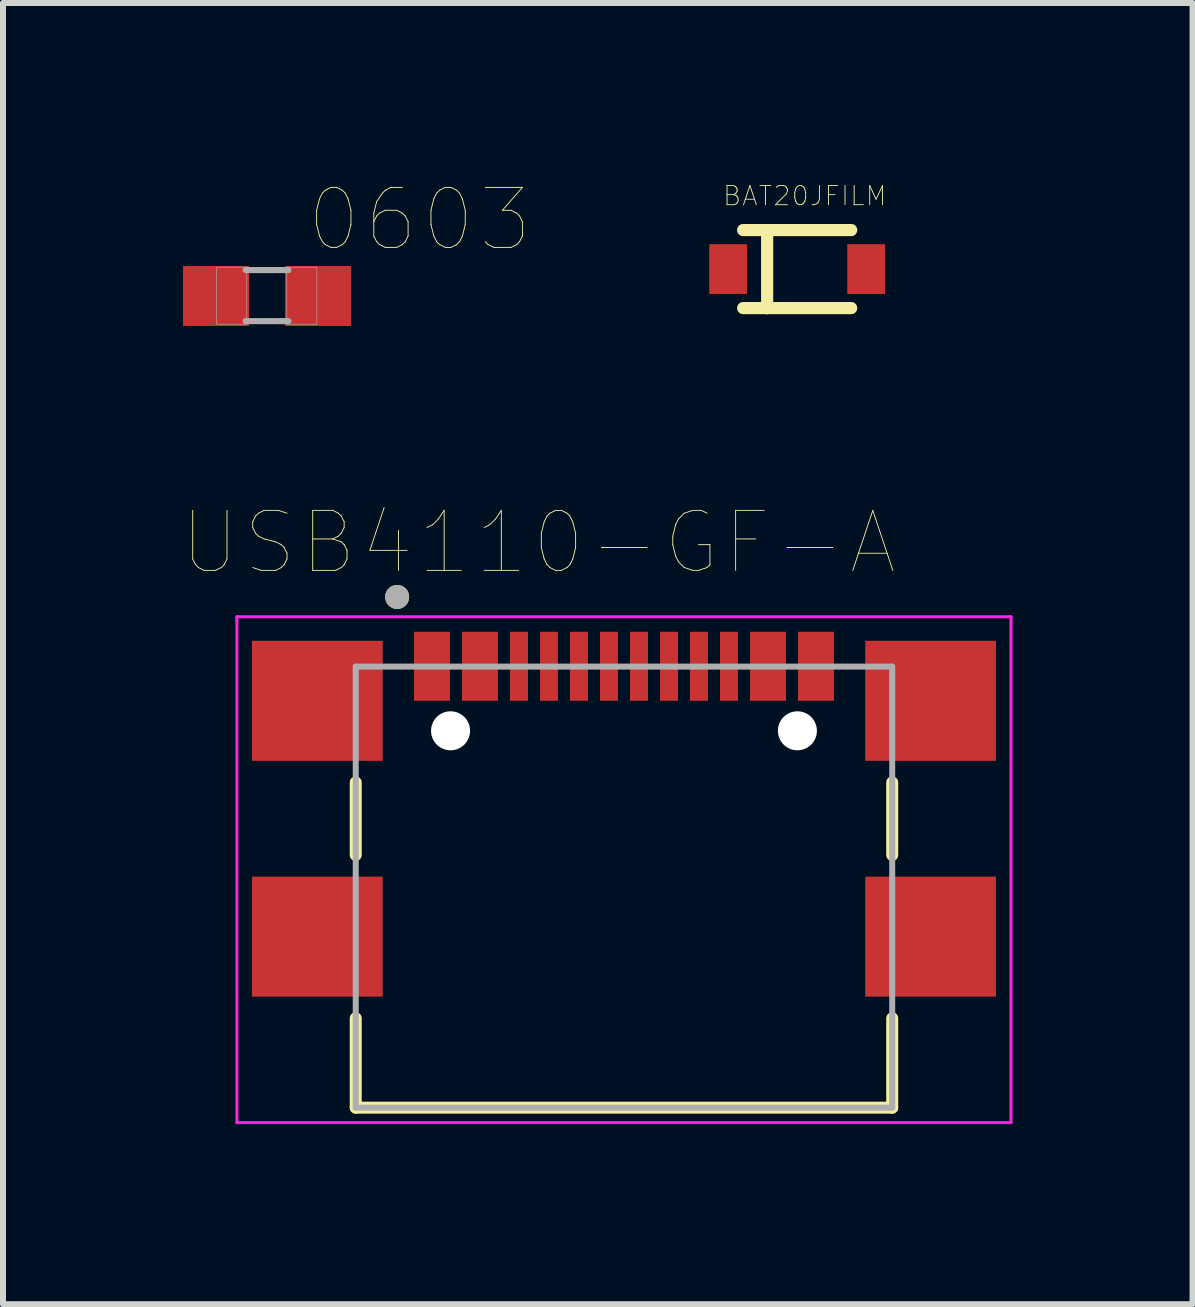
<source format=kicad_pcb>
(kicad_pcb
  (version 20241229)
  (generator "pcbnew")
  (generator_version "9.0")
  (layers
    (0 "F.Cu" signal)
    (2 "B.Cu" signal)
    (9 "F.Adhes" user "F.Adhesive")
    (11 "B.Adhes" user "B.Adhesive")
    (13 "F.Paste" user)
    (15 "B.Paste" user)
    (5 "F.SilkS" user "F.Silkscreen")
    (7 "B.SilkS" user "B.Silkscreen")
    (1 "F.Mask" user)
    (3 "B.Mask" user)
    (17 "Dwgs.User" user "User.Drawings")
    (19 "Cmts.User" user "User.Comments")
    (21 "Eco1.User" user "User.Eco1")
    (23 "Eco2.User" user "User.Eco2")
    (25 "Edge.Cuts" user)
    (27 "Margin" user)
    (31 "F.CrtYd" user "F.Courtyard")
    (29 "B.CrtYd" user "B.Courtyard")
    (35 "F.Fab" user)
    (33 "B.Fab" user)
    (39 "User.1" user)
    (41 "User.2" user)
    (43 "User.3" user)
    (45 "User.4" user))
  (footprint "BAT20JFILM"
    (layer "F.Cu")
    (at 10.234 1.434)
    (property "Reference" "BAT20JFILM" (at 0.127 -1.22 0) (layer "F.SilkS") (effects (font (size 0.32 0.32) (thickness 0.015))))
    (attr through_hole)
    (fp_line (start -0.9 -0.65) (end -0.5 -0.65) (stroke (width 0.203) (type solid)) (layer "F.SilkS"))
    (fp_line (start -0.9 0.65) (end -0.5 0.65) (stroke (width 0.203) (type solid)) (layer "F.SilkS"))
    (fp_line (start -0.5 -0.65) (end -0.5 0.65) (stroke (width 0.203) (type solid)) (layer "F.SilkS"))
    (fp_line (start -0.5 -0.65) (end 0.9 -0.65) (stroke (width 0.203) (type solid)) (layer "F.SilkS"))
    (fp_line (start -0.5 0.65) (end 0.9 0.65) (stroke (width 0.203) (type solid)) (layer "F.SilkS"))
    (pad "A" smd rect (at 1.15 0) (size 0.63 0.83) (layers "F.Cu" "F.Mask" "F.Paste"))
    (pad "C" smd rect (at -1.15 0) (size 0.63 0.83) (layers "F.Cu" "F.Mask" "F.Paste")))
  (footprint "USB4110-GF-A"
    (layer "F.Cu")
    (at 7.348 9.128)
    (property "Reference" "USB4110-GF-A" (at -1.425 -3.135 0) (layer "F.SilkS") (effects (font (size 1 1) (thickness 0.015))))
    (attr through_hole)
    (fp_line (start -4.47 0.86) (end -4.47 2.07) (stroke (width 0.2) (type solid)) (layer "F.SilkS"))
    (fp_line (start -4.47 4.79) (end -4.47 6.28) (stroke (width 0.2) (type solid)) (layer "F.SilkS"))
    (fp_line (start -4.47 6.28) (end 4.47 6.28) (stroke (width 0.2) (type solid)) (layer "F.SilkS"))
    (fp_line (start 4.47 0.86) (end 4.47 2.07) (stroke (width 0.2) (type solid)) (layer "F.SilkS"))
    (fp_line (start 4.47 6.28) (end 4.47 4.79) (stroke (width 0.2) (type solid)) (layer "F.SilkS"))
    (fp_circle (center -3.78 -2.23) (end -3.68 -2.23) (stroke (width 0.2) (type solid)) (fill no) (layer "F.SilkS"))
    (fp_line (start -6.45 -1.9) (end 6.45 -1.9) (stroke (width 0.05) (type solid)) (layer "F.CrtYd"))
    (fp_line (start -6.45 6.53) (end -6.45 -1.9) (stroke (width 0.05) (type solid)) (layer "F.CrtYd"))
    (fp_line (start 6.45 -1.9) (end 6.45 6.53) (stroke (width 0.05) (type solid)) (layer "F.CrtYd"))
    (fp_line (start 6.45 6.53) (end -6.45 6.53) (stroke (width 0.05) (type solid)) (layer "F.CrtYd"))
    (fp_line (start -4.47 -1.07) (end -4.47 6.28) (stroke (width 0.1) (type solid)) (layer "F.Fab"))
    (fp_line (start -4.47 6.28) (end 4.47 6.28) (stroke (width 0.1) (type solid)) (layer "F.Fab"))
    (fp_line (start 4.47 -1.07) (end -4.47 -1.07) (stroke (width 0.1) (type solid)) (layer "F.Fab"))
    (fp_line (start 4.47 6.28) (end 4.47 -1.07) (stroke (width 0.1) (type solid)) (layer "F.Fab"))
    (fp_circle (center -3.78 -2.23) (end -3.68 -2.23) (stroke (width 0.2) (type solid)) (fill no) (layer "F.Fab"))
    (pad "" np_thru_hole circle (at -2.89 0) (size 0.65 0.65) (drill 0.65) (layers "*.Cu" "*.Mask"))
    (pad "" np_thru_hole circle (at 2.89 0) (size 0.65 0.65) (drill 0.65) (layers "*.Cu" "*.Mask"))
    (pad "A1/B12" smd rect (at -3.2 -1.075) (size 0.6 1.15) (layers "F.Cu" "F.Mask" "F.Paste"))
    (pad "A4/B9" smd rect (at -2.4 -1.075) (size 0.6 1.15) (layers "F.Cu" "F.Mask" "F.Paste"))
    (pad "A5" smd rect (at -1.25 -1.075) (size 0.3 1.15) (layers "F.Cu" "F.Mask" "F.Paste"))
    (pad "A6" smd rect (at -0.25 -1.075) (size 0.3 1.15) (layers "F.Cu" "F.Mask" "F.Paste"))
    (pad "A7" smd rect (at 0.25 -1.075) (size 0.3 1.15) (layers "F.Cu" "F.Mask" "F.Paste"))
    (pad "A8" smd rect (at 1.25 -1.075) (size 0.3 1.15) (layers "F.Cu" "F.Mask" "F.Paste"))
    (pad "B1/A12" smd rect (at 3.2 -1.075) (size 0.6 1.15) (layers "F.Cu" "F.Mask" "F.Paste"))
    (pad "B4/A9" smd rect (at 2.4 -1.075) (size 0.6 1.15) (layers "F.Cu" "F.Mask" "F.Paste"))
    (pad "B5" smd rect (at 1.75 -1.075) (size 0.3 1.15) (layers "F.Cu" "F.Mask" "F.Paste"))
    (pad "B6" smd rect (at 0.75 -1.075) (size 0.3 1.15) (layers "F.Cu" "F.Mask" "F.Paste"))
    (pad "B7" smd rect (at -0.75 -1.075) (size 0.3 1.15) (layers "F.Cu" "F.Mask" "F.Paste"))
    (pad "B8" smd rect (at -1.75 -1.075) (size 0.3 1.15) (layers "F.Cu" "F.Mask" "F.Paste"))
    (pad "S1" smd rect (at -5.11 -0.5) (size 2.18 2) (layers "F.Cu" "F.Mask" "F.Paste"))
    (pad "S2" smd rect (at 5.11 -0.5) (size 2.18 2) (layers "F.Cu" "F.Mask" "F.Paste"))
    (pad "S3" smd rect (at -5.11 3.43) (size 2.18 2) (layers "F.Cu" "F.Mask" "F.Paste"))
    (pad "S4" smd rect (at 5.11 3.43) (size 2.18 2) (layers "F.Cu" "F.Mask" "F.Paste")))
  (footprint "0603"
    (layer "F.Cu")
    (at 1.4 1.882)
    (property "Reference" "0603" (at 2.541 -1.271 0) (layer "F.SilkS") (effects (font (size 1 1) (thickness 0.015))))
    (attr through_hole)
    (fp_line (start -0.356 -0.432) (end 0.356 -0.432) (stroke (width 0.102) (type solid)) (layer "F.Fab"))
    (fp_line (start -0.356 0.419) (end 0.356 0.419) (stroke (width 0.102) (type solid)) (layer "F.Fab"))
    (fp_poly (pts (xy -0.839 -0.48) (xy -0.338 -0.48) (xy -0.338 0.47) (xy -0.839 0.47)) (stroke (width 0.01) (type solid)) (fill no) (layer "F.Fab"))
    (fp_poly (pts (xy 0.33 -0.48) (xy 0.83 -0.48) (xy 0.83 0.47) (xy 0.33 0.47)) (stroke (width 0.01) (type solid)) (fill no) (layer "F.Fab"))
    (pad "1" smd rect (at -0.85 0) (size 1.1 1) (layers "F.Cu" "F.Mask" "F.Paste"))
    (pad "2" smd rect (at 0.85 0) (size 1.1 1) (layers "F.Cu" "F.Mask" "F.Paste")))
  (gr_rect
    (start -3 -3)
    (end 16.823 18.683)
    (stroke (width 0.1) (type default))
    (fill no)
    (layer "Edge.Cuts")))
</source>
